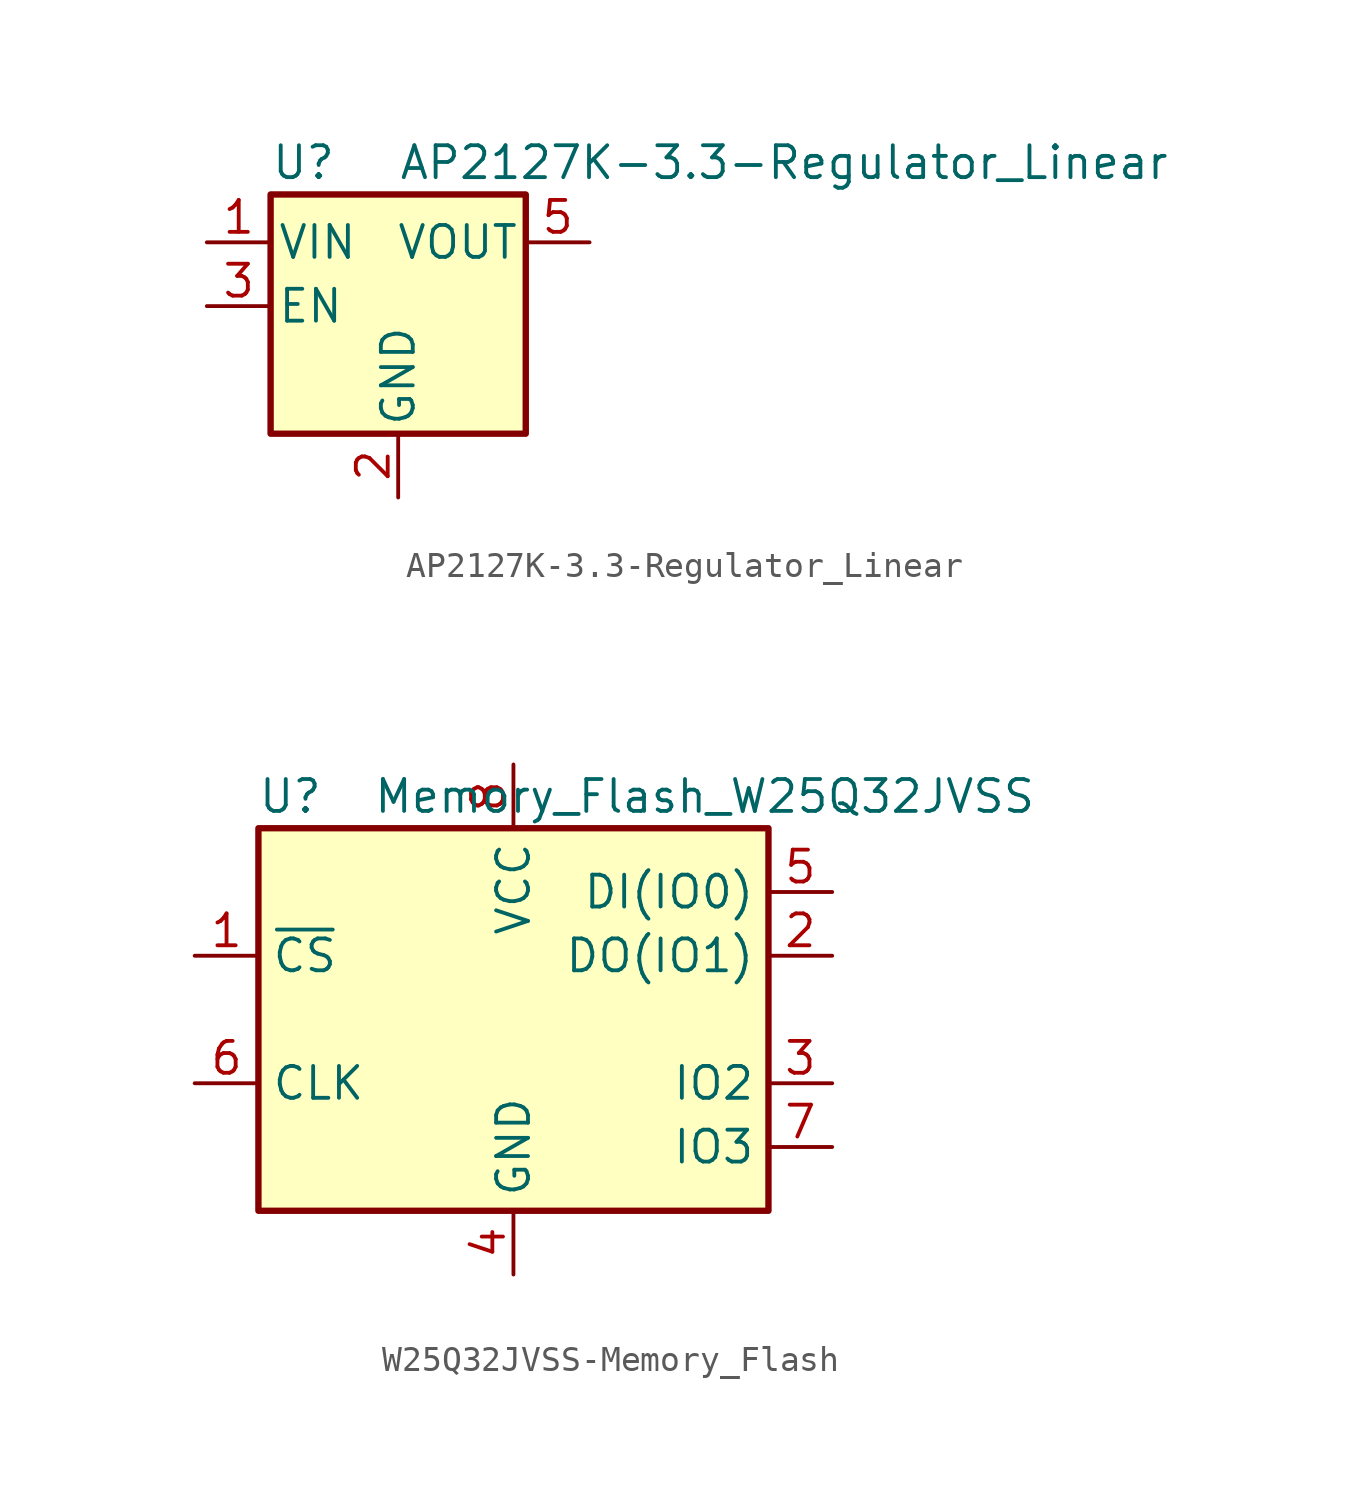
<source format=kicad_sym>
(kicad_symbol_lib
  (version 20220914)
  (generator kicad_symbol_editor)
  (symbol "AP2127K-3.3-Regulator_Linear"
    (pin_names
      (offset 0.254))
    (property "Reference" "U"
      (at -5.08 5.715 0)
      (effects (font (size 1.27 1.27)) (justify left)))
    (property "Value" "AP2127K-3.3-Regulator_Linear"
      (at 0 5.715 0)
      (effects (font (size 1.27 1.27)) (justify left)))
    (symbol "AP2127K-3.3-Regulator_Linear_0_1"
      (rectangle (start -5.08 4.445) (end 5.08 -5.08) (stroke (width 0.254) (type solid)) (fill (type background))))
    (symbol "AP2127K-3.3-Regulator_Linear_1_1"
      (pin power_in line (at -7.62 2.54 0) (length 2.54) (name "VIN" (effects (font (size 1.27 1.27)))) (number "1" (effects (font (size 1.27 1.27)))))
      (pin power_in line (at 0 -7.62 90) (length 2.54) (name "GND" (effects (font (size 1.27 1.27)))) (number "2" (effects (font (size 1.27 1.27)))))
      (pin input line (at -7.62 0 0) (length 2.54) (name "EN" (effects (font (size 1.27 1.27)))) (number "3" (effects (font (size 1.27 1.27)))))
      (pin no_connect line (at 5.08 0 180) (length 2.54) hide (name "NC" (effects (font (size 1.27 1.27)))) (number "4" (effects (font (size 1.27 1.27)))))
      (pin power_out line (at 7.62 2.54 180) (length 2.54) (name "VOUT" (effects (font (size 1.27 1.27)))) (number "5" (effects (font (size 1.27 1.27)))))))
  (symbol "W25Q32JVSS-Memory_Flash"
    (property "Reference" "U"
      (at -8.89 8.89 0)
      (effects (font (size 1.27 1.27))))
    (property "Value" "Memory_Flash_W25Q32JVSS"
      (at 7.62 8.89 0)
      (effects (font (size 1.27 1.27))))
    (symbol "W25Q32JVSS-Memory_Flash_0_1"
      (rectangle (start -10.16 7.62) (end 10.16 -7.62) (stroke (width 0.254) (type solid)) (fill (type background))))
    (symbol "W25Q32JVSS-Memory_Flash_1_1"
      (pin input line (at -12.7 2.54 0) (length 2.54) (name "~{CS}" (effects (font (size 1.27 1.27)))) (number "1" (effects (font (size 1.27 1.27)))))
      (pin bidirectional line (at 12.7 2.54 180) (length 2.54) (name "DO(IO1)" (effects (font (size 1.27 1.27)))) (number "2" (effects (font (size 1.27 1.27)))))
      (pin bidirectional line (at 12.7 -2.54 180) (length 2.54) (name "IO2" (effects (font (size 1.27 1.27)))) (number "3" (effects (font (size 1.27 1.27)))))
      (pin power_in line (at 0 -10.16 90) (length 2.54) (name "GND" (effects (font (size 1.27 1.27)))) (number "4" (effects (font (size 1.27 1.27)))))
      (pin bidirectional line (at 12.7 5.08 180) (length 2.54) (name "DI(IO0)" (effects (font (size 1.27 1.27)))) (number "5" (effects (font (size 1.27 1.27)))))
      (pin input line (at -12.7 -2.54 0) (length 2.54) (name "CLK" (effects (font (size 1.27 1.27)))) (number "6" (effects (font (size 1.27 1.27)))))
      (pin bidirectional line (at 12.7 -5.08 180) (length 2.54) (name "IO3" (effects (font (size 1.27 1.27)))) (number "7" (effects (font (size 1.27 1.27)))))
      (pin power_in line (at 0 10.16 270) (length 2.54) (name "VCC" (effects (font (size 1.27 1.27)))) (number "8" (effects (font (size 1.27 1.27))))))))
</source>
